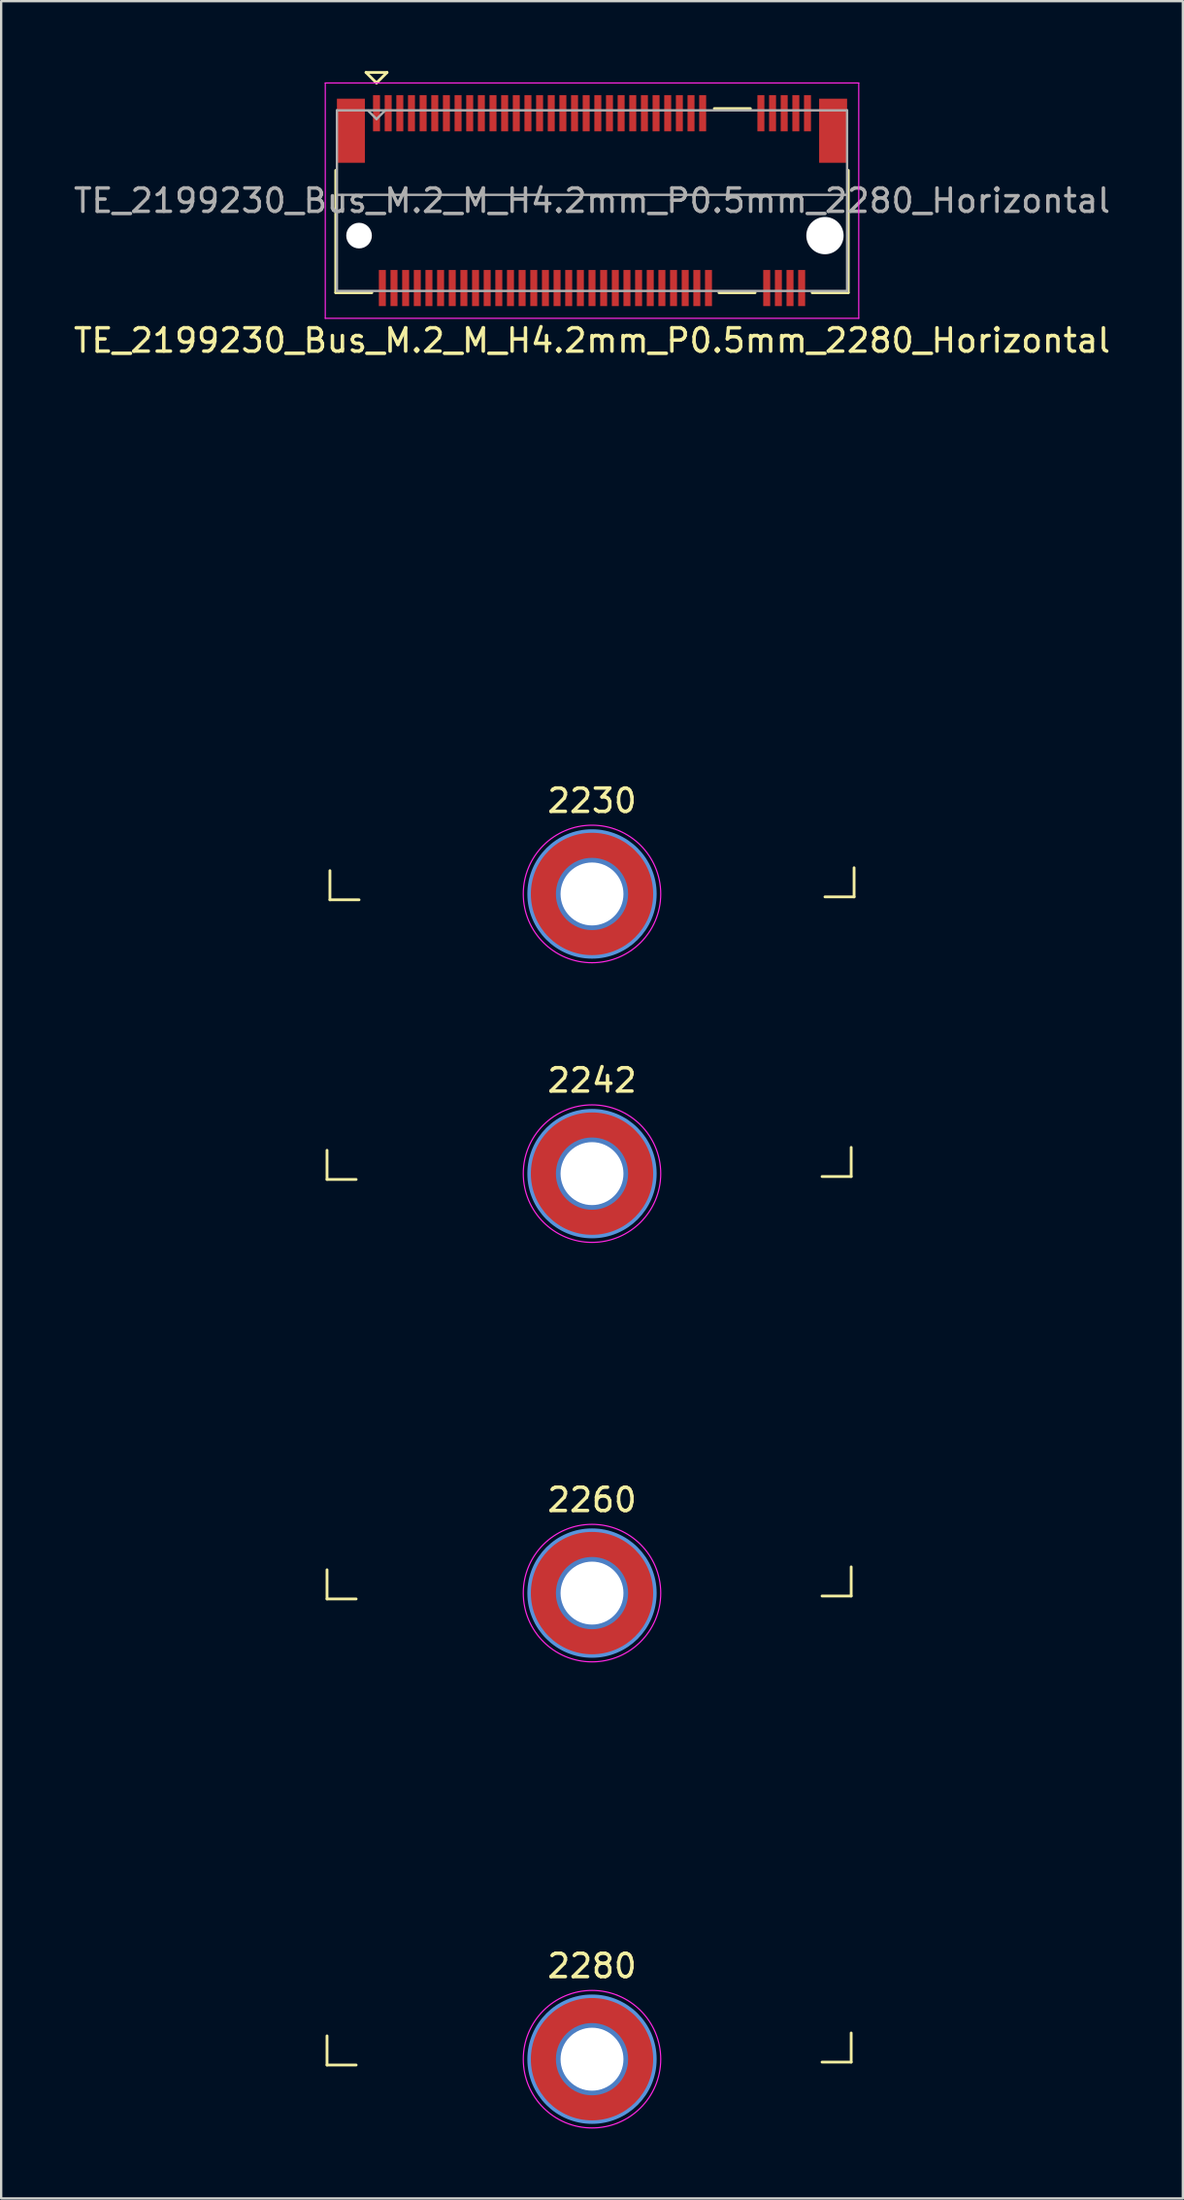
<source format=kicad_pcb>
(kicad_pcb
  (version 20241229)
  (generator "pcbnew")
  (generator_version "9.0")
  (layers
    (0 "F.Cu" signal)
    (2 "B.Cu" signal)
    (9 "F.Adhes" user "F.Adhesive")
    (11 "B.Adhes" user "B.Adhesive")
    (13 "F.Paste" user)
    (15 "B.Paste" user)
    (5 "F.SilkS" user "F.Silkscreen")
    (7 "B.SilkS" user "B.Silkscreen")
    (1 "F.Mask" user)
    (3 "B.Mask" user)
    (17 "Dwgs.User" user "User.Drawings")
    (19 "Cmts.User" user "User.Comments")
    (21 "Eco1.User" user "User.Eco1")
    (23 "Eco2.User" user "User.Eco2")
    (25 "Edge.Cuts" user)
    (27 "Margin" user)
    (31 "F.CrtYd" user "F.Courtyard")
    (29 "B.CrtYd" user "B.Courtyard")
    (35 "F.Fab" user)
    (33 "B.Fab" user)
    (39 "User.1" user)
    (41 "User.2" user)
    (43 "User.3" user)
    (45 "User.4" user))
  (footprint "TE_2199230_Bus_M.2_M_H4.2mm_P0.5mm_2280_Horizontal"
    (layer "F.Cu")
    (at 22.363 5.56)
    (property "Reference" "TE_2199230_Bus_M.2_M_H4.2mm_P0.5mm_2280_Horizontal" (at 0 6 0) (layer "F.SilkS") (effects (font (size 1 1) (thickness 0.15))))
    (attr smd)
    (fp_line (start -11.375 42) (end -11.375 40.75) (stroke (width 0.12) (type solid)) (layer "F.SilkS"))
    (fp_line (start -11.375 60) (end -11.375 58.75) (stroke (width 0.12) (type solid)) (layer "F.SilkS"))
    (fp_line (start -11.375 80) (end -11.375 78.75) (stroke (width 0.12) (type solid)) (layer "F.SilkS"))
    (fp_line (start -11.25 30) (end -11.25 28.75) (stroke (width 0.12) (type solid)) (layer "F.SilkS"))
    (fp_line (start -11 3.95) (end -11 -1.3) (stroke (width 0.12) (type solid)) (layer "F.SilkS"))
    (fp_line (start -10.125 42) (end -11.375 42) (stroke (width 0.12) (type solid)) (layer "F.SilkS"))
    (fp_line (start -10.125 60) (end -11.375 60) (stroke (width 0.12) (type solid)) (layer "F.SilkS"))
    (fp_line (start -10.125 80) (end -11.375 80) (stroke (width 0.12) (type solid)) (layer "F.SilkS"))
    (fp_line (start -10 30) (end -11.25 30) (stroke (width 0.12) (type solid)) (layer "F.SilkS"))
    (fp_line (start -9.7 -5.5) (end -8.8 -5.5) (stroke (width 0.12) (type solid)) (layer "F.SilkS"))
    (fp_line (start -9.45 3.95) (end -11 3.95) (stroke (width 0.12) (type solid)) (layer "F.SilkS"))
    (fp_line (start -9.25 -5.05) (end -9.7 -5.5) (stroke (width 0.12) (type solid)) (layer "F.SilkS"))
    (fp_line (start -8.8 -5.5) (end -9.25 -5.05) (stroke (width 0.12) (type solid)) (layer "F.SilkS"))
    (fp_line (start 6.8 -3.95) (end 5.25 -3.95) (stroke (width 0.12) (type solid)) (layer "F.SilkS"))
    (fp_line (start 7 3.95) (end 5.45 3.95) (stroke (width 0.12) (type solid)) (layer "F.SilkS"))
    (fp_line (start 11 -1.3) (end 11 3.95) (stroke (width 0.12) (type solid)) (layer "F.SilkS"))
    (fp_line (start 11 3.95) (end 9.45 3.95) (stroke (width 0.12) (type solid)) (layer "F.SilkS"))
    (fp_line (start 11.125 40.625) (end 11.125 41.875) (stroke (width 0.12) (type solid)) (layer "F.SilkS"))
    (fp_line (start 11.125 41.875) (end 9.875 41.875) (stroke (width 0.12) (type solid)) (layer "F.SilkS"))
    (fp_line (start 11.125 58.625) (end 11.125 59.875) (stroke (width 0.12) (type solid)) (layer "F.SilkS"))
    (fp_line (start 11.125 59.875) (end 9.875 59.875) (stroke (width 0.12) (type solid)) (layer "F.SilkS"))
    (fp_line (start 11.125 78.625) (end 11.125 79.875) (stroke (width 0.12) (type solid)) (layer "F.SilkS"))
    (fp_line (start 11.125 79.875) (end 9.875 79.875) (stroke (width 0.12) (type solid)) (layer "F.SilkS"))
    (fp_line (start 11.25 28.625) (end 11.25 29.875) (stroke (width 0.12) (type solid)) (layer "F.SilkS"))
    (fp_line (start 11.25 29.875) (end 10 29.875) (stroke (width 0.12) (type solid)) (layer "F.SilkS"))
    (fp_circle (center 0 29.75) (end 2.7 29.75) (stroke (width 0.15) (type solid)) (fill no) (layer "Cmts.User"))
    (fp_circle (center 0 41.75) (end 2.7 41.75) (stroke (width 0.15) (type solid)) (fill no) (layer "Cmts.User"))
    (fp_circle (center 0 59.75) (end 2.7 59.75) (stroke (width 0.15) (type solid)) (fill no) (layer "Cmts.User"))
    (fp_circle (center 0 79.75) (end 2.7 79.75) (stroke (width 0.15) (type solid)) (fill no) (layer "Cmts.User"))
    (fp_line (start -11.45 -5.05) (end 11.45 -5.05) (stroke (width 0.05) (type solid)) (layer "F.CrtYd"))
    (fp_line (start -11.45 5.05) (end -11.45 -5.05) (stroke (width 0.05) (type solid)) (layer "F.CrtYd"))
    (fp_line (start -11.45 5.05) (end 11.45 5.05) (stroke (width 0.05) (type solid)) (layer "F.CrtYd"))
    (fp_line (start 11.45 -5.05) (end 11.45 5.05) (stroke (width 0.05) (type solid)) (layer "F.CrtYd"))
    (fp_circle (center 0 29.75) (end 2.95 29.75) (stroke (width 0.05) (type solid)) (fill no) (layer "F.CrtYd"))
    (fp_circle (center 0 41.75) (end 2.95 41.75) (stroke (width 0.05) (type solid)) (fill no) (layer "F.CrtYd"))
    (fp_circle (center 0 59.75) (end 2.95 59.75) (stroke (width 0.05) (type solid)) (fill no) (layer "F.CrtYd"))
    (fp_circle (center 0 79.75) (end 2.95 79.75) (stroke (width 0.05) (type solid)) (fill no) (layer "F.CrtYd"))
    (fp_line (start -10.95 -3.875) (end -10.95 3.875) (stroke (width 0.1) (type solid)) (layer "F.Fab"))
    (fp_line (start -10.95 -0.25) (end 10.95 -0.25) (stroke (width 0.1) (type solid)) (layer "F.Fab"))
    (fp_line (start -10.95 3.875) (end 10.95 3.875) (stroke (width 0.1) (type solid)) (layer "F.Fab"))
    (fp_line (start -9.25 -3.5) (end -9.61 -3.86) (stroke (width 0.1) (type solid)) (layer "F.Fab"))
    (fp_line (start -9.25 -3.5) (end -8.89 -3.86) (stroke (width 0.1) (type solid)) (layer "F.Fab"))
    (fp_line (start 10.95 -3.875) (end -10.95 -3.875) (stroke (width 0.1) (type solid)) (layer "F.Fab"))
    (fp_line (start 10.95 -3.875) (end 10.95 3.875) (stroke (width 0.1) (type solid)) (layer "F.Fab"))
    (fp_text user "2242" (at 0 37.75 0) (unlocked yes) (layer "F.SilkS") (effects (font (size 1 1) (thickness 0.15))))
    (fp_text user "2230" (at 0 25.75 0) (unlocked yes) (layer "F.SilkS") (effects (font (size 1 1) (thickness 0.15))))
    (fp_text user "2280" (at 0 75.75 0) (unlocked yes) (layer "F.SilkS") (effects (font (size 1 1) (thickness 0.15))))
    (fp_text user "2260" (at 0 55.75 0) (unlocked yes) (layer "F.SilkS") (effects (font (size 1 1) (thickness 0.15))))
    (fp_text user "${REFERENCE}" (at 0 0 0) (layer "F.Fab") (effects (font (size 1 1) (thickness 0.15))))
    (pad "" np_thru_hole circle (at -10 1.5) (size 1.1 1.1) (drill 1.1) (layers "*.Cu" "*.Mask"))
    (pad "" np_thru_hole circle (at 0 29.75) (size 3.1 3.1) (drill 2.7) (layers "*.Cu" "*.Mask"))
    (pad "" np_thru_hole circle (at 0 41.75) (size 3.1 3.1) (drill 2.7) (layers "*.Cu" "*.Mask"))
    (pad "" np_thru_hole circle (at 0 59.75) (size 3.1 3.1) (drill 2.7) (layers "*.Cu" "*.Mask"))
    (pad "" np_thru_hole circle (at 0 79.75) (size 3.1 3.1) (drill 2.7) (layers "*.Cu" "*.Mask"))
    (pad "" np_thru_hole circle (at 10 1.5) (size 1.6 1.6) (drill 1.6) (layers "*.Cu" "*.Mask"))
    (pad "1" smd rect (at -9.25 -3.75) (size 0.3 1.55) (layers "F.Cu" "F.Mask" "F.Paste"))
    (pad "1" smd circle (at 0 29.75) (size 5.4 5.4) (layers "F.Cu" "F.Mask" "F.Paste"))
    (pad "1" smd circle (at 0 41.75) (size 5.4 5.4) (layers "F.Cu" "F.Mask" "F.Paste"))
    (pad "1" smd circle (at 0 59.75) (size 5.4 5.4) (layers "F.Cu" "F.Mask" "F.Paste"))
    (pad "1" smd circle (at 0 79.75) (size 5.4 5.4) (layers "F.Cu" "F.Mask" "F.Paste"))
    (pad "2" smd rect (at -9 3.75) (size 0.3 1.55) (layers "F.Cu" "F.Mask" "F.Paste"))
    (pad "3" smd rect (at -8.75 -3.75) (size 0.3 1.55) (layers "F.Cu" "F.Mask" "F.Paste"))
    (pad "4" smd rect (at -8.5 3.75) (size 0.3 1.55) (layers "F.Cu" "F.Mask" "F.Paste"))
    (pad "5" smd rect (at -8.25 -3.75) (size 0.3 1.55) (layers "F.Cu" "F.Mask" "F.Paste"))
    (pad "6" smd rect (at -8 3.75) (size 0.3 1.55) (layers "F.Cu" "F.Mask" "F.Paste"))
    (pad "7" smd rect (at -7.75 -3.75) (size 0.3 1.55) (layers "F.Cu" "F.Mask" "F.Paste"))
    (pad "8" smd rect (at -7.5 3.75) (size 0.3 1.55) (layers "F.Cu" "F.Mask" "F.Paste"))
    (pad "9" smd rect (at -7.25 -3.75) (size 0.3 1.55) (layers "F.Cu" "F.Mask" "F.Paste"))
    (pad "10" smd rect (at -7 3.75) (size 0.3 1.55) (layers "F.Cu" "F.Mask" "F.Paste"))
    (pad "11" smd rect (at -6.75 -3.75) (size 0.3 1.55) (layers "F.Cu" "F.Mask" "F.Paste"))
    (pad "12" smd rect (at -6.5 3.75) (size 0.3 1.55) (layers "F.Cu" "F.Mask" "F.Paste"))
    (pad "13" smd rect (at -6.25 -3.75) (size 0.3 1.55) (layers "F.Cu" "F.Mask" "F.Paste"))
    (pad "14" smd rect (at -6 3.75) (size 0.3 1.55) (layers "F.Cu" "F.Mask" "F.Paste"))
    (pad "15" smd rect (at -5.75 -3.75) (size 0.3 1.55) (layers "F.Cu" "F.Mask" "F.Paste"))
    (pad "16" smd rect (at -5.5 3.75) (size 0.3 1.55) (layers "F.Cu" "F.Mask" "F.Paste"))
    (pad "17" smd rect (at -5.25 -3.75) (size 0.3 1.55) (layers "F.Cu" "F.Mask" "F.Paste"))
    (pad "18" smd rect (at -5 3.75) (size 0.3 1.55) (layers "F.Cu" "F.Mask" "F.Paste"))
    (pad "19" smd rect (at -4.75 -3.75) (size 0.3 1.55) (layers "F.Cu" "F.Mask" "F.Paste"))
    (pad "20" smd rect (at -4.5 3.75) (size 0.3 1.55) (layers "F.Cu" "F.Mask" "F.Paste"))
    (pad "21" smd rect (at -4.25 -3.75) (size 0.3 1.55) (layers "F.Cu" "F.Mask" "F.Paste"))
    (pad "22" smd rect (at -4 3.75) (size 0.3 1.55) (layers "F.Cu" "F.Mask" "F.Paste"))
    (pad "23" smd rect (at -3.75 -3.75) (size 0.3 1.55) (layers "F.Cu" "F.Mask" "F.Paste"))
    (pad "24" smd rect (at -3.5 3.75) (size 0.3 1.55) (layers "F.Cu" "F.Mask" "F.Paste"))
    (pad "25" smd rect (at -3.25 -3.75) (size 0.3 1.55) (layers "F.Cu" "F.Mask" "F.Paste"))
    (pad "26" smd rect (at -3 3.75) (size 0.3 1.55) (layers "F.Cu" "F.Mask" "F.Paste"))
    (pad "27" smd rect (at -2.75 -3.75) (size 0.3 1.55) (layers "F.Cu" "F.Mask" "F.Paste"))
    (pad "28" smd rect (at -2.5 3.75) (size 0.3 1.55) (layers "F.Cu" "F.Mask" "F.Paste"))
    (pad "29" smd rect (at -2.25 -3.75) (size 0.3 1.55) (layers "F.Cu" "F.Mask" "F.Paste"))
    (pad "30" smd rect (at -2 3.75) (size 0.3 1.55) (layers "F.Cu" "F.Mask" "F.Paste"))
    (pad "31" smd rect (at -1.75 -3.75) (size 0.3 1.55) (layers "F.Cu" "F.Mask" "F.Paste"))
    (pad "32" smd rect (at -1.5 3.75) (size 0.3 1.55) (layers "F.Cu" "F.Mask" "F.Paste"))
    (pad "33" smd rect (at -1.25 -3.75) (size 0.3 1.55) (layers "F.Cu" "F.Mask" "F.Paste"))
    (pad "34" smd rect (at -1 3.75) (size 0.3 1.55) (layers "F.Cu" "F.Mask" "F.Paste"))
    (pad "35" smd rect (at -0.75 -3.75) (size 0.3 1.55) (layers "F.Cu" "F.Mask" "F.Paste"))
    (pad "36" smd rect (at -0.5 3.75) (size 0.3 1.55) (layers "F.Cu" "F.Mask" "F.Paste"))
    (pad "37" smd rect (at -0.25 -3.75) (size 0.3 1.55) (layers "F.Cu" "F.Mask" "F.Paste"))
    (pad "38" smd rect (at 0 3.75) (size 0.3 1.55) (layers "F.Cu" "F.Mask" "F.Paste"))
    (pad "39" smd rect (at 0.25 -3.75) (size 0.3 1.55) (layers "F.Cu" "F.Mask" "F.Paste"))
    (pad "40" smd rect (at 0.5 3.75) (size 0.3 1.55) (layers "F.Cu" "F.Mask" "F.Paste"))
    (pad "41" smd rect (at 0.75 -3.75) (size 0.3 1.55) (layers "F.Cu" "F.Mask" "F.Paste"))
    (pad "42" smd rect (at 1 3.75) (size 0.3 1.55) (layers "F.Cu" "F.Mask" "F.Paste"))
    (pad "43" smd rect (at 1.25 -3.75) (size 0.3 1.55) (layers "F.Cu" "F.Mask" "F.Paste"))
    (pad "44" smd rect (at 1.5 3.75) (size 0.3 1.55) (layers "F.Cu" "F.Mask" "F.Paste"))
    (pad "45" smd rect (at 1.75 -3.75) (size 0.3 1.55) (layers "F.Cu" "F.Mask" "F.Paste"))
    (pad "46" smd rect (at 2 3.75) (size 0.3 1.55) (layers "F.Cu" "F.Mask" "F.Paste"))
    (pad "47" smd rect (at 2.25 -3.75) (size 0.3 1.55) (layers "F.Cu" "F.Mask" "F.Paste"))
    (pad "48" smd rect (at 2.5 3.75) (size 0.3 1.55) (layers "F.Cu" "F.Mask" "F.Paste"))
    (pad "49" smd rect (at 2.75 -3.75) (size 0.3 1.55) (layers "F.Cu" "F.Mask" "F.Paste"))
    (pad "50" smd rect (at 3 3.75) (size 0.3 1.55) (layers "F.Cu" "F.Mask" "F.Paste"))
    (pad "51" smd rect (at 3.25 -3.75) (size 0.3 1.55) (layers "F.Cu" "F.Mask" "F.Paste"))
    (pad "52" smd rect (at 3.5 3.75) (size 0.3 1.55) (layers "F.Cu" "F.Mask" "F.Paste"))
    (pad "53" smd rect (at 3.75 -3.75) (size 0.3 1.55) (layers "F.Cu" "F.Mask" "F.Paste"))
    (pad "54" smd rect (at 4 3.75) (size 0.3 1.55) (layers "F.Cu" "F.Mask" "F.Paste"))
    (pad "55" smd rect (at 4.25 -3.75) (size 0.3 1.55) (layers "F.Cu" "F.Mask" "F.Paste"))
    (pad "56" smd rect (at 4.5 3.75) (size 0.3 1.55) (layers "F.Cu" "F.Mask" "F.Paste"))
    (pad "57" smd rect (at 4.75 -3.75) (size 0.3 1.55) (layers "F.Cu" "F.Mask" "F.Paste"))
    (pad "58" smd rect (at 5 3.75) (size 0.3 1.55) (layers "F.Cu" "F.Mask" "F.Paste"))
    (pad "67" smd rect (at 7.25 -3.75) (size 0.3 1.55) (layers "F.Cu" "F.Mask" "F.Paste"))
    (pad "68" smd rect (at 7.5 3.75) (size 0.3 1.55) (layers "F.Cu" "F.Mask" "F.Paste"))
    (pad "69" smd rect (at 7.75 -3.75) (size 0.3 1.55) (layers "F.Cu" "F.Mask" "F.Paste"))
    (pad "70" smd rect (at 8 3.75) (size 0.3 1.55) (layers "F.Cu" "F.Mask" "F.Paste"))
    (pad "71" smd rect (at 8.25 -3.75) (size 0.3 1.55) (layers "F.Cu" "F.Mask" "F.Paste"))
    (pad "72" smd rect (at 8.5 3.75) (size 0.3 1.55) (layers "F.Cu" "F.Mask" "F.Paste"))
    (pad "73" smd rect (at 8.75 -3.75) (size 0.3 1.55) (layers "F.Cu" "F.Mask" "F.Paste"))
    (pad "74" smd rect (at 9 3.75) (size 0.3 1.55) (layers "F.Cu" "F.Mask" "F.Paste"))
    (pad "75" smd rect (at 9.25 -3.75) (size 0.3 1.55) (layers "F.Cu" "F.Mask" "F.Paste"))
    (pad "MP" smd rect (at -10.35 -3) (size 1.2 2.75) (layers "F.Cu" "F.Mask" "F.Paste"))
    (pad "MP" smd rect (at 10.35 -3) (size 1.2 2.75) (layers "F.Cu" "F.Mask" "F.Paste")))
  (gr_rect
    (start -3 -3)
    (end 47.726 91.285)
    (stroke (width 0.1) (type default))
    (fill no)
    (layer "Edge.Cuts")))
</source>
